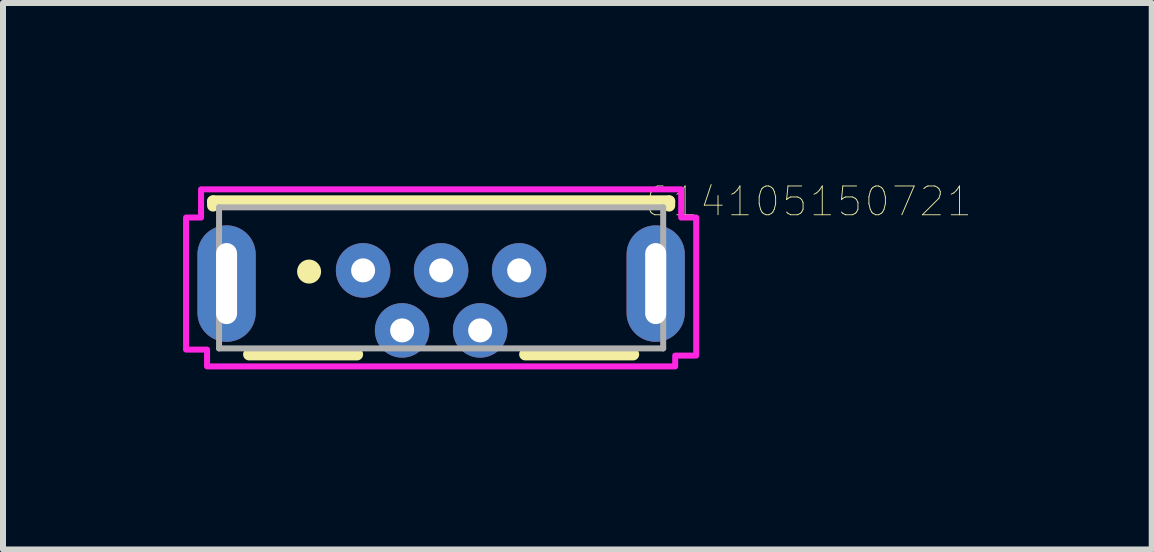
<source format=kicad_pcb>
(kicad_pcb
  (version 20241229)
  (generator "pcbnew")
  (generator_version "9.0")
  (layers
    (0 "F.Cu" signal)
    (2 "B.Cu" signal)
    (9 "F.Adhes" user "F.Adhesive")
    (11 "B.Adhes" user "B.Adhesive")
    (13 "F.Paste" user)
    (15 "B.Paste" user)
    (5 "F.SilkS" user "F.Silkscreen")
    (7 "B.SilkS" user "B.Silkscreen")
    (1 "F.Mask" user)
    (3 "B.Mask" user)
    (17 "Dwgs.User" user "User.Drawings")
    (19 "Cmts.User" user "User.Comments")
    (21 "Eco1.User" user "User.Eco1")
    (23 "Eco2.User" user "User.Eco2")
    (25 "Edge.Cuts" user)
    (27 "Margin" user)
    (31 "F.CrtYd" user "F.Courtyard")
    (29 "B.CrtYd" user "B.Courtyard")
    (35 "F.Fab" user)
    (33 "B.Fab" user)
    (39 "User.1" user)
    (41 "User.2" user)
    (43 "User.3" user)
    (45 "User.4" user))
  (footprint "614105150721"
    (layer "F.Cu")
    (at 4.3 1.58)
    (property "Reference" "614105150721" (at 6.122 -1.273 0) (layer "F.SilkS") (effects (font (size 0.48 0.48) (thickness 0.015))))
    (attr through_hole)
    (fp_line (start -3.8 -1.275) (end 3.8 -1.275) (stroke (width 0.2) (type solid)) (layer "F.SilkS"))
    (fp_line (start -3.8 -1.205) (end -3.8 -1.275) (stroke (width 0.2) (type solid)) (layer "F.SilkS"))
    (fp_line (start -3.2 1.275) (end -1.4 1.275) (stroke (width 0.2) (type solid)) (layer "F.SilkS"))
    (fp_line (start 1.4 1.275) (end 3.2 1.275) (stroke (width 0.2) (type solid)) (layer "F.SilkS"))
    (fp_line (start 3.8 -1.275) (end 3.8 -1.205) (stroke (width 0.2) (type solid)) (layer "F.SilkS"))
    (fp_circle (center -2.2 -0.105) (end -2.1 -0.105) (stroke (width 0.2) (type solid)) (fill no) (layer "F.SilkS"))
    (fp_poly (pts (xy -4 -1.475) (xy 4 -1.475) (xy 4 -1.005) (xy 4.25 -1.005) (xy 4.25 1.295) (xy 3.9 1.295) (xy 3.9 1.475) (xy -3.9 1.475) (xy -3.9 1.195) (xy -4.25 1.195) (xy -4.25 -1.005) (xy -4 -1.005)) (stroke (width 0.1) (type solid)) (fill no) (layer "F.CrtYd"))
    (fp_line (start -3.7 -1.175) (end 3.7 -1.175) (stroke (width 0.1) (type solid)) (layer "F.Fab"))
    (fp_line (start -3.7 1.175) (end -3.7 -1.175) (stroke (width 0.1) (type solid)) (layer "F.Fab"))
    (fp_line (start -3.7 1.175) (end 3.7 1.175) (stroke (width 0.1) (type solid)) (layer "F.Fab"))
    (fp_line (start 3.7 1.175) (end 3.7 -1.175) (stroke (width 0.1) (type solid)) (layer "F.Fab"))
    (pad "1" thru_hole circle (at -1.3 -0.125) (size 0.908 0.908) (drill 0.4) (layers "*.Cu" "*.Mask"))
    (pad "2" thru_hole circle (at -0.65 0.875) (size 0.908 0.908) (drill 0.4) (layers "*.Cu" "*.Mask"))
    (pad "3" thru_hole circle (at 0 -0.125) (size 0.908 0.908) (drill 0.4) (layers "*.Cu" "*.Mask"))
    (pad "4" thru_hole circle (at 0.65 0.875) (size 0.908 0.908) (drill 0.4) (layers "*.Cu" "*.Mask"))
    (pad "5" thru_hole circle (at 1.3 -0.125) (size 0.908 0.908) (drill 0.4) (layers "*.Cu" "*.Mask"))
    (pad "S1" thru_hole oval (at -3.575 0.095) (size 0.97 1.94) (drill oval 0.35 1.35) (layers "*.Cu" "*.Mask"))
    (pad "S2" thru_hole oval (at 3.575 0.095) (size 0.97 1.94) (drill oval 0.35 1.35) (layers "*.Cu" "*.Mask")))
  (gr_rect
    (start -3 -3)
    (end 16.14 6.105)
    (stroke (width 0.1) (type default))
    (fill no)
    (layer "Edge.Cuts")))
</source>
